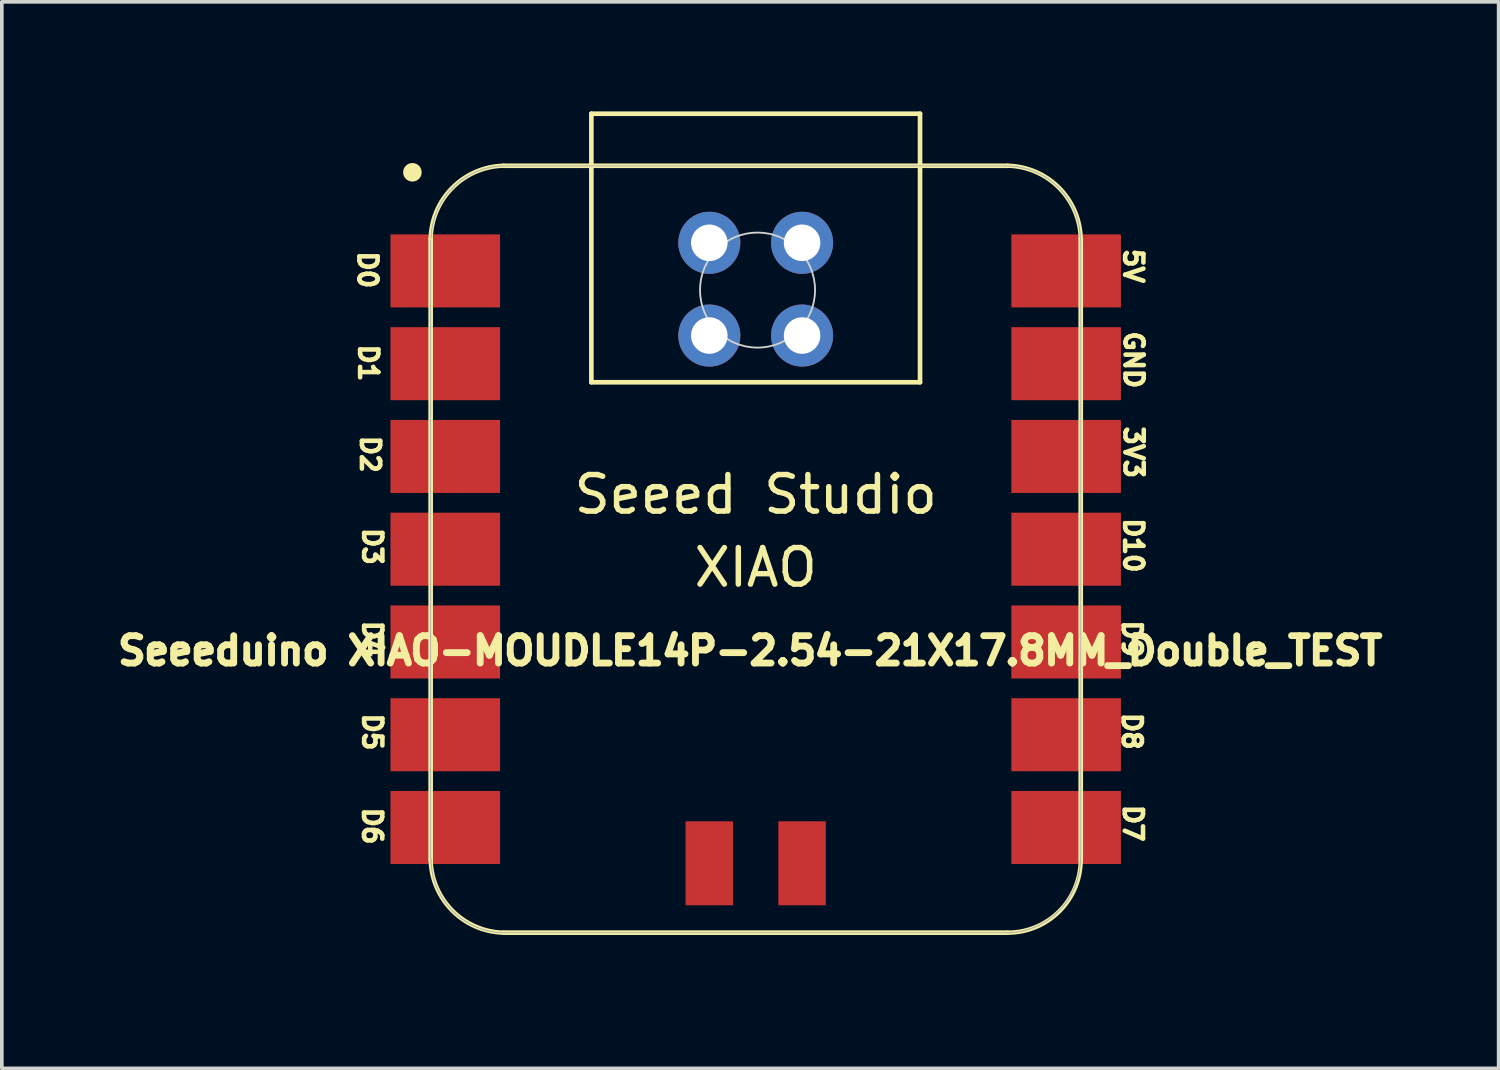
<source format=kicad_pcb>
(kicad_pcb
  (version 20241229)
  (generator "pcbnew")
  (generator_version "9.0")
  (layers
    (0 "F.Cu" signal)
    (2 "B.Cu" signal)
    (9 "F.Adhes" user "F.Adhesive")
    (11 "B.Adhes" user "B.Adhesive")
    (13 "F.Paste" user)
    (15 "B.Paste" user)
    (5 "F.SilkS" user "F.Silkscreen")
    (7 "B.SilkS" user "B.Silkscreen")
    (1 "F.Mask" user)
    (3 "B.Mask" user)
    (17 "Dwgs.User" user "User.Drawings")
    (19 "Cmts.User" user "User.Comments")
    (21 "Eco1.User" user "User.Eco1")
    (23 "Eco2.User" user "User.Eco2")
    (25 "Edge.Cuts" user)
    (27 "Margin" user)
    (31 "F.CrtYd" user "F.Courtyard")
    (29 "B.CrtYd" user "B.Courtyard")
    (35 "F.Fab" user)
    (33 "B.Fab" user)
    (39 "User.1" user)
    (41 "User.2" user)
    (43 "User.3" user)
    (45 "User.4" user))
  (footprint "Seeeduino XIAO-MOUDLE14P-2.54-21X17.8MM_Double_TEST"
    (layer "F.Cu")
    (at 7.456 22.952)
    (property "Reference" "Seeeduino XIAO-MOUDLE14P-2.54-21X17.8MM_Double_TEST" (at 10.036 -8.184 0) (layer "F.SilkS") (effects (font (size 0.75 0.75) (thickness 0.188))))
    (attr smd)
    (fp_line (start 1.286 -19.464) (end 1.286 -2.464) (stroke (width 0.127) (type solid)) (layer "F.SilkS"))
    (fp_line (start 3.286 -0.464) (end 17.086 -0.464) (stroke (width 0.127) (type solid)) (layer "F.SilkS"))
    (fp_line (start 5.686 -22.888) (end 14.686 -22.888) (stroke (width 0.127) (type solid)) (layer "F.SilkS"))
    (fp_line (start 5.686 -15.535) (end 5.686 -22.888) (stroke (width 0.127) (type solid)) (layer "F.SilkS"))
    (fp_line (start 14.686 -22.888) (end 14.686 -15.535) (stroke (width 0.127) (type solid)) (layer "F.SilkS"))
    (fp_line (start 14.686 -15.535) (end 5.686 -15.535) (stroke (width 0.127) (type solid)) (layer "F.SilkS"))
    (fp_line (start 17.086 -21.463) (end 3.286 -21.463) (stroke (width 0.127) (type solid)) (layer "F.SilkS"))
    (fp_line (start 19.086 -2.464) (end 19.086 -19.464) (stroke (width 0.127) (type solid)) (layer "F.SilkS"))
    (fp_arc (start 1.285786 -19.464214) (mid 1.884295 -20.865705) (end 3.285786 -21.464214) (stroke (width 0.12) (type solid)) (layer "F.SilkS"))
    (fp_arc (start 3.285786 -0.464214) (mid 1.884363 -1.062791) (end 1.285786 -2.464214) (stroke (width 0.12) (type solid)) (layer "F.SilkS"))
    (fp_arc (start 17.085786 -21.464214) (mid 18.487278 -20.865706) (end 19.085786 -19.464214) (stroke (width 0.12) (type solid)) (layer "F.SilkS"))
    (fp_arc (start 19.085786 -2.464214) (mid 18.5 -1.05) (end 17.085786 -0.464214) (stroke (width 0.12) (type solid)) (layer "F.SilkS"))
    (fp_circle (center 0.786 -21.284) (end 0.786 -21.538) (stroke (width 0) (type solid)) (fill yes) (layer "F.SilkS"))
    (fp_poly (pts (xy 1.298 -19.526) (xy 1.301 -19.575) (xy 1.305 -19.624)) (stroke (width 0.025) (type solid)) (fill no) (layer "F.SilkS"))
    (fp_poly (pts (xy 19.075 -2.443) (xy 19.073 -2.393) (xy 19.07 -2.345) (xy 19.066 -2.296) (xy 19.061 -2.247) (xy 19.054 -2.198) (xy 19.047 -2.15) (xy 19.038 -2.101) (xy 19.028 -2.053)) (stroke (width 0.025) (type solid)) (fill no) (layer "F.SilkS"))
    (fp_circle (center 10.236 -18.059) (end 11.811 -18.047) (stroke (width 0.05) (type default)) (fill no) (layer "Edge.Cuts"))
    (fp_line (start 1.286 -19.428) (end 1.286 -2.492) (stroke (width 0.025) (type solid)) (layer "F.Fab"))
    (fp_line (start 1.296 -2.492) (end 1.296 -2.443) (stroke (width 0.025) (type solid)) (layer "F.Fab"))
    (fp_line (start 1.296 -2.443) (end 1.298 -2.393) (stroke (width 0.025) (type solid)) (layer "F.Fab"))
    (fp_line (start 1.298 -19.526) (end 1.296 -19.477) (stroke (width 0.025) (type solid)) (layer "F.Fab"))
    (fp_line (start 1.298 -2.393) (end 1.301 -2.345) (stroke (width 0.025) (type solid)) (layer "F.Fab"))
    (fp_line (start 1.301 -19.575) (end 1.298 -19.526) (stroke (width 0.025) (type solid)) (layer "F.Fab"))
    (fp_line (start 1.301 -2.345) (end 1.305 -2.296) (stroke (width 0.025) (type solid)) (layer "F.Fab"))
    (fp_line (start 1.305 -19.624) (end 1.301 -19.575) (stroke (width 0.025) (type solid)) (layer "F.Fab"))
    (fp_line (start 1.305 -2.296) (end 1.311 -2.247) (stroke (width 0.025) (type solid)) (layer "F.Fab"))
    (fp_line (start 1.311 -19.672) (end 1.305 -19.624) (stroke (width 0.025) (type solid)) (layer "F.Fab"))
    (fp_line (start 1.311 -2.247) (end 1.317 -2.198) (stroke (width 0.025) (type solid)) (layer "F.Fab"))
    (fp_line (start 1.317 -19.721) (end 1.311 -19.672) (stroke (width 0.025) (type solid)) (layer "F.Fab"))
    (fp_line (start 1.317 -2.198) (end 1.325 -2.15) (stroke (width 0.025) (type solid)) (layer "F.Fab"))
    (fp_line (start 1.325 -19.77) (end 1.317 -19.721) (stroke (width 0.025) (type solid)) (layer "F.Fab"))
    (fp_line (start 1.325 -2.15) (end 1.334 -2.101) (stroke (width 0.025) (type solid)) (layer "F.Fab"))
    (fp_line (start 1.334 -19.818) (end 1.325 -19.77) (stroke (width 0.025) (type solid)) (layer "F.Fab"))
    (fp_line (start 1.334 -2.101) (end 1.344 -2.053) (stroke (width 0.025) (type solid)) (layer "F.Fab"))
    (fp_line (start 1.344 -19.866) (end 1.334 -19.818) (stroke (width 0.025) (type solid)) (layer "F.Fab"))
    (fp_line (start 1.344 -2.053) (end 1.355 -2.005) (stroke (width 0.025) (type solid)) (layer "F.Fab"))
    (fp_line (start 1.355 -19.914) (end 1.344 -19.866) (stroke (width 0.025) (type solid)) (layer "F.Fab"))
    (fp_line (start 1.355 -2.005) (end 1.367 -1.958) (stroke (width 0.025) (type solid)) (layer "F.Fab"))
    (fp_line (start 1.367 -19.962) (end 1.355 -19.914) (stroke (width 0.025) (type solid)) (layer "F.Fab"))
    (fp_line (start 1.367 -1.958) (end 1.381 -1.911) (stroke (width 0.025) (type solid)) (layer "F.Fab"))
    (fp_line (start 1.381 -20.009) (end 1.367 -19.962) (stroke (width 0.025) (type solid)) (layer "F.Fab"))
    (fp_line (start 1.381 -1.911) (end 1.395 -1.864) (stroke (width 0.025) (type solid)) (layer "F.Fab"))
    (fp_line (start 1.395 -20.056) (end 1.381 -20.009) (stroke (width 0.025) (type solid)) (layer "F.Fab"))
    (fp_line (start 1.395 -1.864) (end 1.411 -1.817) (stroke (width 0.025) (type solid)) (layer "F.Fab"))
    (fp_line (start 1.411 -20.102) (end 1.395 -20.056) (stroke (width 0.025) (type solid)) (layer "F.Fab"))
    (fp_line (start 1.411 -1.817) (end 1.428 -1.771) (stroke (width 0.025) (type solid)) (layer "F.Fab"))
    (fp_line (start 1.428 -20.148) (end 1.411 -20.102) (stroke (width 0.025) (type solid)) (layer "F.Fab"))
    (fp_line (start 1.428 -1.771) (end 1.446 -1.725) (stroke (width 0.025) (type solid)) (layer "F.Fab"))
    (fp_line (start 1.446 -20.194) (end 1.428 -20.148) (stroke (width 0.025) (type solid)) (layer "F.Fab"))
    (fp_line (start 1.446 -1.725) (end 1.465 -1.68) (stroke (width 0.025) (type solid)) (layer "F.Fab"))
    (fp_line (start 1.465 -20.239) (end 1.446 -20.194) (stroke (width 0.025) (type solid)) (layer "F.Fab"))
    (fp_line (start 1.465 -1.68) (end 1.485 -1.635) (stroke (width 0.025) (type solid)) (layer "F.Fab"))
    (fp_line (start 1.485 -20.284) (end 1.465 -20.239) (stroke (width 0.025) (type solid)) (layer "F.Fab"))
    (fp_line (start 1.485 -1.635) (end 1.506 -1.591) (stroke (width 0.025) (type solid)) (layer "F.Fab"))
    (fp_line (start 1.506 -20.328) (end 1.485 -20.284) (stroke (width 0.025) (type solid)) (layer "F.Fab"))
    (fp_line (start 1.506 -1.591) (end 1.528 -1.547) (stroke (width 0.025) (type solid)) (layer "F.Fab"))
    (fp_line (start 1.528 -20.372) (end 1.506 -20.328) (stroke (width 0.025) (type solid)) (layer "F.Fab"))
    (fp_line (start 1.528 -1.547) (end 1.552 -1.504) (stroke (width 0.025) (type solid)) (layer "F.Fab"))
    (fp_line (start 1.552 -20.415) (end 1.528 -20.372) (stroke (width 0.025) (type solid)) (layer "F.Fab"))
    (fp_line (start 1.552 -1.504) (end 1.576 -1.461) (stroke (width 0.025) (type solid)) (layer "F.Fab"))
    (fp_line (start 1.576 -20.458) (end 1.552 -20.415) (stroke (width 0.025) (type solid)) (layer "F.Fab"))
    (fp_line (start 1.576 -1.461) (end 1.602 -1.42) (stroke (width 0.025) (type solid)) (layer "F.Fab"))
    (fp_line (start 1.602 -20.5) (end 1.576 -20.458) (stroke (width 0.025) (type solid)) (layer "F.Fab"))
    (fp_line (start 1.602 -1.42) (end 1.628 -1.378) (stroke (width 0.025) (type solid)) (layer "F.Fab"))
    (fp_line (start 1.628 -20.541) (end 1.602 -20.5) (stroke (width 0.025) (type solid)) (layer "F.Fab"))
    (fp_line (start 1.628 -1.378) (end 1.655 -1.337) (stroke (width 0.025) (type solid)) (layer "F.Fab"))
    (fp_line (start 1.655 -20.582) (end 1.628 -20.541) (stroke (width 0.025) (type solid)) (layer "F.Fab"))
    (fp_line (start 1.655 -1.337) (end 1.684 -1.297) (stroke (width 0.025) (type solid)) (layer "F.Fab"))
    (fp_line (start 1.684 -20.622) (end 1.655 -20.582) (stroke (width 0.025) (type solid)) (layer "F.Fab"))
    (fp_line (start 1.684 -1.297) (end 1.713 -1.258) (stroke (width 0.025) (type solid)) (layer "F.Fab"))
    (fp_line (start 1.713 -20.661) (end 1.684 -20.622) (stroke (width 0.025) (type solid)) (layer "F.Fab"))
    (fp_line (start 1.713 -1.258) (end 1.744 -1.219) (stroke (width 0.025) (type solid)) (layer "F.Fab"))
    (fp_line (start 1.744 -20.7) (end 1.713 -20.661) (stroke (width 0.025) (type solid)) (layer "F.Fab"))
    (fp_line (start 1.744 -1.219) (end 1.775 -1.181) (stroke (width 0.025) (type solid)) (layer "F.Fab"))
    (fp_line (start 1.775 -20.738) (end 1.744 -20.7) (stroke (width 0.025) (type solid)) (layer "F.Fab"))
    (fp_line (start 1.775 -1.181) (end 1.807 -1.144) (stroke (width 0.025) (type solid)) (layer "F.Fab"))
    (fp_line (start 1.807 -20.775) (end 1.775 -20.738) (stroke (width 0.025) (type solid)) (layer "F.Fab"))
    (fp_line (start 1.807 -1.144) (end 1.84 -1.108) (stroke (width 0.025) (type solid)) (layer "F.Fab"))
    (fp_line (start 1.84 -20.811) (end 1.807 -20.775) (stroke (width 0.025) (type solid)) (layer "F.Fab"))
    (fp_line (start 1.84 -1.108) (end 1.874 -1.072) (stroke (width 0.025) (type solid)) (layer "F.Fab"))
    (fp_line (start 1.874 -20.847) (end 1.84 -20.811) (stroke (width 0.025) (type solid)) (layer "F.Fab"))
    (fp_line (start 1.874 -1.072) (end 1.908 -1.038) (stroke (width 0.025) (type solid)) (layer "F.Fab"))
    (fp_line (start 1.908 -20.882) (end 1.874 -20.847) (stroke (width 0.025) (type solid)) (layer "F.Fab"))
    (fp_line (start 1.908 -1.038) (end 1.944 -1.004) (stroke (width 0.025) (type solid)) (layer "F.Fab"))
    (fp_line (start 1.944 -20.916) (end 1.908 -20.882) (stroke (width 0.025) (type solid)) (layer "F.Fab"))
    (fp_line (start 1.944 -1.004) (end 1.98 -0.971) (stroke (width 0.025) (type solid)) (layer "F.Fab"))
    (fp_line (start 1.98 -20.949) (end 1.944 -20.916) (stroke (width 0.025) (type solid)) (layer "F.Fab"))
    (fp_line (start 1.98 -0.971) (end 2.017 -0.938) (stroke (width 0.025) (type solid)) (layer "F.Fab"))
    (fp_line (start 2.017 -20.981) (end 1.98 -20.949) (stroke (width 0.025) (type solid)) (layer "F.Fab"))
    (fp_line (start 2.017 -0.938) (end 2.055 -0.907) (stroke (width 0.025) (type solid)) (layer "F.Fab"))
    (fp_line (start 2.055 -21.012) (end 2.017 -20.981) (stroke (width 0.025) (type solid)) (layer "F.Fab"))
    (fp_line (start 2.055 -0.907) (end 2.094 -0.877) (stroke (width 0.025) (type solid)) (layer "F.Fab"))
    (fp_line (start 2.094 -21.042) (end 2.055 -21.012) (stroke (width 0.025) (type solid)) (layer "F.Fab"))
    (fp_line (start 2.094 -0.877) (end 2.133 -0.848) (stroke (width 0.025) (type solid)) (layer "F.Fab"))
    (fp_line (start 2.133 -21.072) (end 2.094 -21.042) (stroke (width 0.025) (type solid)) (layer "F.Fab"))
    (fp_line (start 2.133 -0.848) (end 2.173 -0.819) (stroke (width 0.025) (type solid)) (layer "F.Fab"))
    (fp_line (start 2.173 -21.1) (end 2.133 -21.072) (stroke (width 0.025) (type solid)) (layer "F.Fab"))
    (fp_line (start 2.173 -0.819) (end 2.214 -0.792) (stroke (width 0.025) (type solid)) (layer "F.Fab"))
    (fp_line (start 2.214 -21.127) (end 2.173 -21.1) (stroke (width 0.025) (type solid)) (layer "F.Fab"))
    (fp_line (start 2.214 -0.792) (end 2.256 -0.765) (stroke (width 0.025) (type solid)) (layer "F.Fab"))
    (fp_line (start 2.256 -21.154) (end 2.214 -21.127) (stroke (width 0.025) (type solid)) (layer "F.Fab"))
    (fp_line (start 2.256 -0.765) (end 2.298 -0.74) (stroke (width 0.025) (type solid)) (layer "F.Fab"))
    (fp_line (start 2.298 -21.179) (end 2.256 -21.154) (stroke (width 0.025) (type solid)) (layer "F.Fab"))
    (fp_line (start 2.298 -0.74) (end 2.34 -0.716) (stroke (width 0.025) (type solid)) (layer "F.Fab"))
    (fp_line (start 2.34 -21.204) (end 2.298 -21.179) (stroke (width 0.025) (type solid)) (layer "F.Fab"))
    (fp_line (start 2.34 -0.716) (end 2.383 -0.692) (stroke (width 0.025) (type solid)) (layer "F.Fab"))
    (fp_line (start 2.383 -21.227) (end 2.34 -21.204) (stroke (width 0.025) (type solid)) (layer "F.Fab"))
    (fp_line (start 2.383 -0.692) (end 2.427 -0.67) (stroke (width 0.025) (type solid)) (layer "F.Fab"))
    (fp_line (start 2.427 -21.249) (end 2.383 -21.227) (stroke (width 0.025) (type solid)) (layer "F.Fab"))
    (fp_line (start 2.427 -0.67) (end 2.472 -0.649) (stroke (width 0.025) (type solid)) (layer "F.Fab"))
    (fp_line (start 2.472 -21.27) (end 2.427 -21.249) (stroke (width 0.025) (type solid)) (layer "F.Fab"))
    (fp_line (start 2.472 -0.649) (end 2.516 -0.629) (stroke (width 0.025) (type solid)) (layer "F.Fab"))
    (fp_line (start 2.516 -21.29) (end 2.472 -21.27) (stroke (width 0.025) (type solid)) (layer "F.Fab"))
    (fp_line (start 2.516 -0.629) (end 2.561 -0.61) (stroke (width 0.025) (type solid)) (layer "F.Fab"))
    (fp_line (start 2.561 -21.31) (end 2.516 -21.29) (stroke (width 0.025) (type solid)) (layer "F.Fab"))
    (fp_line (start 2.561 -0.61) (end 2.607 -0.592) (stroke (width 0.025) (type solid)) (layer "F.Fab"))
    (fp_line (start 2.607 -21.328) (end 2.561 -21.31) (stroke (width 0.025) (type solid)) (layer "F.Fab"))
    (fp_line (start 2.607 -0.592) (end 2.653 -0.575) (stroke (width 0.025) (type solid)) (layer "F.Fab"))
    (fp_line (start 2.653 -21.344) (end 2.607 -21.328) (stroke (width 0.025) (type solid)) (layer "F.Fab"))
    (fp_line (start 2.653 -0.575) (end 2.7 -0.559) (stroke (width 0.025) (type solid)) (layer "F.Fab"))
    (fp_line (start 2.7 -21.36) (end 2.653 -21.344) (stroke (width 0.025) (type solid)) (layer "F.Fab"))
    (fp_line (start 2.7 -0.559) (end 2.747 -0.544) (stroke (width 0.025) (type solid)) (layer "F.Fab"))
    (fp_line (start 2.747 -21.375) (end 2.7 -21.36) (stroke (width 0.025) (type solid)) (layer "F.Fab"))
    (fp_line (start 2.747 -0.544) (end 2.794 -0.531) (stroke (width 0.025) (type solid)) (layer "F.Fab"))
    (fp_line (start 2.794 -21.388) (end 2.747 -21.375) (stroke (width 0.025) (type solid)) (layer "F.Fab"))
    (fp_line (start 2.794 -0.531) (end 2.841 -0.519) (stroke (width 0.025) (type solid)) (layer "F.Fab"))
    (fp_line (start 2.841 -21.401) (end 2.794 -21.388) (stroke (width 0.025) (type solid)) (layer "F.Fab"))
    (fp_line (start 2.841 -0.519) (end 2.889 -0.507) (stroke (width 0.025) (type solid)) (layer "F.Fab"))
    (fp_line (start 2.889 -21.412) (end 2.841 -21.401) (stroke (width 0.025) (type solid)) (layer "F.Fab"))
    (fp_line (start 2.889 -0.507) (end 2.937 -0.498) (stroke (width 0.025) (type solid)) (layer "F.Fab"))
    (fp_line (start 2.937 -21.422) (end 2.889 -21.412) (stroke (width 0.025) (type solid)) (layer "F.Fab"))
    (fp_line (start 2.937 -0.498) (end 2.986 -0.489) (stroke (width 0.025) (type solid)) (layer "F.Fab"))
    (fp_line (start 2.986 -21.431) (end 2.937 -21.422) (stroke (width 0.025) (type solid)) (layer "F.Fab"))
    (fp_line (start 2.986 -0.489) (end 3.034 -0.481) (stroke (width 0.025) (type solid)) (layer "F.Fab"))
    (fp_line (start 3.034 -21.438) (end 2.986 -21.431) (stroke (width 0.025) (type solid)) (layer "F.Fab"))
    (fp_line (start 3.034 -0.481) (end 3.083 -0.474) (stroke (width 0.025) (type solid)) (layer "F.Fab"))
    (fp_line (start 3.083 -21.445) (end 3.034 -21.438) (stroke (width 0.025) (type solid)) (layer "F.Fab"))
    (fp_line (start 3.083 -0.474) (end 3.132 -0.469) (stroke (width 0.025) (type solid)) (layer "F.Fab"))
    (fp_line (start 3.132 -21.45) (end 3.083 -21.445) (stroke (width 0.025) (type solid)) (layer "F.Fab"))
    (fp_line (start 3.132 -0.469) (end 3.181 -0.465) (stroke (width 0.025) (type solid)) (layer "F.Fab"))
    (fp_line (start 3.181 -21.454) (end 3.132 -21.45) (stroke (width 0.025) (type solid)) (layer "F.Fab"))
    (fp_line (start 3.181 -0.465) (end 3.229 -0.462) (stroke (width 0.025) (type solid)) (layer "F.Fab"))
    (fp_line (start 3.229 -21.457) (end 3.181 -21.454) (stroke (width 0.025) (type solid)) (layer "F.Fab"))
    (fp_line (start 3.229 -0.462) (end 3.279 -0.46) (stroke (width 0.025) (type solid)) (layer "F.Fab"))
    (fp_line (start 3.279 -21.459) (end 3.229 -21.457) (stroke (width 0.025) (type solid)) (layer "F.Fab"))
    (fp_line (start 3.279 -0.46) (end 3.328 -0.46) (stroke (width 0.025) (type solid)) (layer "F.Fab"))
    (fp_line (start 3.328 -21.46) (end 3.279 -21.459) (stroke (width 0.025) (type solid)) (layer "F.Fab"))
    (fp_line (start 3.328 -0.46) (end 17.044 -0.46) (stroke (width 0.025) (type solid)) (layer "F.Fab"))
    (fp_line (start 17.044 -21.46) (end 3.328 -21.46) (stroke (width 0.025) (type solid)) (layer "F.Fab"))
    (fp_line (start 17.044 -0.46) (end 17.093 -0.46) (stroke (width 0.025) (type solid)) (layer "F.Fab"))
    (fp_line (start 17.093 -21.459) (end 17.044 -21.46) (stroke (width 0.025) (type solid)) (layer "F.Fab"))
    (fp_line (start 17.093 -0.46) (end 17.142 -0.462) (stroke (width 0.025) (type solid)) (layer "F.Fab"))
    (fp_line (start 17.142 -21.457) (end 17.093 -21.459) (stroke (width 0.025) (type solid)) (layer "F.Fab"))
    (fp_line (start 17.142 -0.462) (end 17.191 -0.465) (stroke (width 0.025) (type solid)) (layer "F.Fab"))
    (fp_line (start 17.191 -21.454) (end 17.142 -21.457) (stroke (width 0.025) (type solid)) (layer "F.Fab"))
    (fp_line (start 17.191 -0.465) (end 17.24 -0.469) (stroke (width 0.025) (type solid)) (layer "F.Fab"))
    (fp_line (start 17.24 -21.45) (end 17.191 -21.454) (stroke (width 0.025) (type solid)) (layer "F.Fab"))
    (fp_line (start 17.24 -0.469) (end 17.289 -0.474) (stroke (width 0.025) (type solid)) (layer "F.Fab"))
    (fp_line (start 17.289 -21.445) (end 17.24 -21.45) (stroke (width 0.025) (type solid)) (layer "F.Fab"))
    (fp_line (start 17.289 -0.474) (end 17.337 -0.481) (stroke (width 0.025) (type solid)) (layer "F.Fab"))
    (fp_line (start 17.337 -21.438) (end 17.289 -21.445) (stroke (width 0.025) (type solid)) (layer "F.Fab"))
    (fp_line (start 17.337 -0.481) (end 17.386 -0.489) (stroke (width 0.025) (type solid)) (layer "F.Fab"))
    (fp_line (start 17.386 -21.431) (end 17.337 -21.438) (stroke (width 0.025) (type solid)) (layer "F.Fab"))
    (fp_line (start 17.386 -0.489) (end 17.434 -0.498) (stroke (width 0.025) (type solid)) (layer "F.Fab"))
    (fp_line (start 17.434 -21.422) (end 17.386 -21.431) (stroke (width 0.025) (type solid)) (layer "F.Fab"))
    (fp_line (start 17.434 -0.498) (end 17.482 -0.507) (stroke (width 0.025) (type solid)) (layer "F.Fab"))
    (fp_line (start 17.482 -21.412) (end 17.434 -21.422) (stroke (width 0.025) (type solid)) (layer "F.Fab"))
    (fp_line (start 17.482 -0.507) (end 17.53 -0.519) (stroke (width 0.025) (type solid)) (layer "F.Fab"))
    (fp_line (start 17.53 -21.401) (end 17.482 -21.412) (stroke (width 0.025) (type solid)) (layer "F.Fab"))
    (fp_line (start 17.53 -0.519) (end 17.578 -0.531) (stroke (width 0.025) (type solid)) (layer "F.Fab"))
    (fp_line (start 17.578 -21.388) (end 17.53 -21.401) (stroke (width 0.025) (type solid)) (layer "F.Fab"))
    (fp_line (start 17.578 -0.531) (end 17.625 -0.544) (stroke (width 0.025) (type solid)) (layer "F.Fab"))
    (fp_line (start 17.625 -21.375) (end 17.578 -21.388) (stroke (width 0.025) (type solid)) (layer "F.Fab"))
    (fp_line (start 17.625 -0.544) (end 17.672 -0.559) (stroke (width 0.025) (type solid)) (layer "F.Fab"))
    (fp_line (start 17.672 -21.36) (end 17.625 -21.375) (stroke (width 0.025) (type solid)) (layer "F.Fab"))
    (fp_line (start 17.672 -0.559) (end 17.718 -0.575) (stroke (width 0.025) (type solid)) (layer "F.Fab"))
    (fp_line (start 17.718 -21.344) (end 17.672 -21.36) (stroke (width 0.025) (type solid)) (layer "F.Fab"))
    (fp_line (start 17.718 -0.575) (end 17.764 -0.592) (stroke (width 0.025) (type solid)) (layer "F.Fab"))
    (fp_line (start 17.764 -21.328) (end 17.718 -21.344) (stroke (width 0.025) (type solid)) (layer "F.Fab"))
    (fp_line (start 17.764 -0.592) (end 17.81 -0.61) (stroke (width 0.025) (type solid)) (layer "F.Fab"))
    (fp_line (start 17.81 -21.31) (end 17.764 -21.328) (stroke (width 0.025) (type solid)) (layer "F.Fab"))
    (fp_line (start 17.81 -0.61) (end 17.855 -0.629) (stroke (width 0.025) (type solid)) (layer "F.Fab"))
    (fp_line (start 17.855 -21.29) (end 17.81 -21.31) (stroke (width 0.025) (type solid)) (layer "F.Fab"))
    (fp_line (start 17.855 -0.629) (end 17.9 -0.649) (stroke (width 0.025) (type solid)) (layer "F.Fab"))
    (fp_line (start 17.9 -21.27) (end 17.855 -21.29) (stroke (width 0.025) (type solid)) (layer "F.Fab"))
    (fp_line (start 17.9 -0.649) (end 17.944 -0.67) (stroke (width 0.025) (type solid)) (layer "F.Fab"))
    (fp_line (start 17.944 -21.249) (end 17.9 -21.27) (stroke (width 0.025) (type solid)) (layer "F.Fab"))
    (fp_line (start 17.944 -0.67) (end 17.988 -0.692) (stroke (width 0.025) (type solid)) (layer "F.Fab"))
    (fp_line (start 17.988 -21.227) (end 17.944 -21.249) (stroke (width 0.025) (type solid)) (layer "F.Fab"))
    (fp_line (start 17.988 -0.692) (end 18.031 -0.716) (stroke (width 0.025) (type solid)) (layer "F.Fab"))
    (fp_line (start 18.031 -21.204) (end 17.988 -21.227) (stroke (width 0.025) (type solid)) (layer "F.Fab"))
    (fp_line (start 18.031 -0.716) (end 18.074 -0.74) (stroke (width 0.025) (type solid)) (layer "F.Fab"))
    (fp_line (start 18.074 -21.179) (end 18.031 -21.204) (stroke (width 0.025) (type solid)) (layer "F.Fab"))
    (fp_line (start 18.074 -0.74) (end 18.116 -0.765) (stroke (width 0.025) (type solid)) (layer "F.Fab"))
    (fp_line (start 18.116 -21.154) (end 18.074 -21.179) (stroke (width 0.025) (type solid)) (layer "F.Fab"))
    (fp_line (start 18.116 -0.765) (end 18.157 -0.792) (stroke (width 0.025) (type solid)) (layer "F.Fab"))
    (fp_line (start 18.157 -21.127) (end 18.116 -21.154) (stroke (width 0.025) (type solid)) (layer "F.Fab"))
    (fp_line (start 18.157 -0.792) (end 18.198 -0.819) (stroke (width 0.025) (type solid)) (layer "F.Fab"))
    (fp_line (start 18.198 -21.1) (end 18.157 -21.127) (stroke (width 0.025) (type solid)) (layer "F.Fab"))
    (fp_line (start 18.198 -0.819) (end 18.238 -0.848) (stroke (width 0.025) (type solid)) (layer "F.Fab"))
    (fp_line (start 18.238 -21.072) (end 18.198 -21.1) (stroke (width 0.025) (type solid)) (layer "F.Fab"))
    (fp_line (start 18.238 -0.848) (end 18.277 -0.877) (stroke (width 0.025) (type solid)) (layer "F.Fab"))
    (fp_line (start 18.277 -21.042) (end 18.238 -21.072) (stroke (width 0.025) (type solid)) (layer "F.Fab"))
    (fp_line (start 18.277 -0.877) (end 18.316 -0.907) (stroke (width 0.025) (type solid)) (layer "F.Fab"))
    (fp_line (start 18.316 -21.012) (end 18.277 -21.042) (stroke (width 0.025) (type solid)) (layer "F.Fab"))
    (fp_line (start 18.316 -0.907) (end 18.354 -0.938) (stroke (width 0.025) (type solid)) (layer "F.Fab"))
    (fp_line (start 18.354 -20.981) (end 18.316 -21.012) (stroke (width 0.025) (type solid)) (layer "F.Fab"))
    (fp_line (start 18.354 -0.938) (end 18.391 -0.971) (stroke (width 0.025) (type solid)) (layer "F.Fab"))
    (fp_line (start 18.391 -20.949) (end 18.354 -20.981) (stroke (width 0.025) (type solid)) (layer "F.Fab"))
    (fp_line (start 18.391 -0.971) (end 18.428 -1.004) (stroke (width 0.025) (type solid)) (layer "F.Fab"))
    (fp_line (start 18.428 -20.916) (end 18.391 -20.949) (stroke (width 0.025) (type solid)) (layer "F.Fab"))
    (fp_line (start 18.428 -1.004) (end 18.463 -1.038) (stroke (width 0.025) (type solid)) (layer "F.Fab"))
    (fp_line (start 18.463 -20.882) (end 18.428 -20.916) (stroke (width 0.025) (type solid)) (layer "F.Fab"))
    (fp_line (start 18.463 -1.038) (end 18.498 -1.072) (stroke (width 0.025) (type solid)) (layer "F.Fab"))
    (fp_line (start 18.498 -20.847) (end 18.463 -20.882) (stroke (width 0.025) (type solid)) (layer "F.Fab"))
    (fp_line (start 18.498 -1.072) (end 18.532 -1.108) (stroke (width 0.025) (type solid)) (layer "F.Fab"))
    (fp_line (start 18.532 -20.811) (end 18.498 -20.847) (stroke (width 0.025) (type solid)) (layer "F.Fab"))
    (fp_line (start 18.532 -1.108) (end 18.565 -1.144) (stroke (width 0.025) (type solid)) (layer "F.Fab"))
    (fp_line (start 18.565 -20.775) (end 18.532 -20.811) (stroke (width 0.025) (type solid)) (layer "F.Fab"))
    (fp_line (start 18.565 -1.144) (end 18.597 -1.181) (stroke (width 0.025) (type solid)) (layer "F.Fab"))
    (fp_line (start 18.597 -20.738) (end 18.565 -20.775) (stroke (width 0.025) (type solid)) (layer "F.Fab"))
    (fp_line (start 18.597 -1.181) (end 18.628 -1.219) (stroke (width 0.025) (type solid)) (layer "F.Fab"))
    (fp_line (start 18.628 -20.7) (end 18.597 -20.738) (stroke (width 0.025) (type solid)) (layer "F.Fab"))
    (fp_line (start 18.628 -1.219) (end 18.658 -1.258) (stroke (width 0.025) (type solid)) (layer "F.Fab"))
    (fp_line (start 18.658 -20.661) (end 18.628 -20.7) (stroke (width 0.025) (type solid)) (layer "F.Fab"))
    (fp_line (start 18.658 -1.258) (end 18.688 -1.297) (stroke (width 0.025) (type solid)) (layer "F.Fab"))
    (fp_line (start 18.688 -20.622) (end 18.658 -20.661) (stroke (width 0.025) (type solid)) (layer "F.Fab"))
    (fp_line (start 18.688 -1.297) (end 18.716 -1.337) (stroke (width 0.025) (type solid)) (layer "F.Fab"))
    (fp_line (start 18.716 -20.582) (end 18.688 -20.622) (stroke (width 0.025) (type solid)) (layer "F.Fab"))
    (fp_line (start 18.716 -1.337) (end 18.744 -1.378) (stroke (width 0.025) (type solid)) (layer "F.Fab"))
    (fp_line (start 18.744 -20.541) (end 18.716 -20.582) (stroke (width 0.025) (type solid)) (layer "F.Fab"))
    (fp_line (start 18.744 -1.378) (end 18.77 -1.42) (stroke (width 0.025) (type solid)) (layer "F.Fab"))
    (fp_line (start 18.77 -20.5) (end 18.744 -20.541) (stroke (width 0.025) (type solid)) (layer "F.Fab"))
    (fp_line (start 18.77 -1.42) (end 18.795 -1.461) (stroke (width 0.025) (type solid)) (layer "F.Fab"))
    (fp_line (start 18.795 -20.458) (end 18.77 -20.5) (stroke (width 0.025) (type solid)) (layer "F.Fab"))
    (fp_line (start 18.795 -1.461) (end 18.82 -1.504) (stroke (width 0.025) (type solid)) (layer "F.Fab"))
    (fp_line (start 18.82 -20.415) (end 18.795 -20.458) (stroke (width 0.025) (type solid)) (layer "F.Fab"))
    (fp_line (start 18.82 -1.504) (end 18.843 -1.547) (stroke (width 0.025) (type solid)) (layer "F.Fab"))
    (fp_line (start 18.843 -20.372) (end 18.82 -20.415) (stroke (width 0.025) (type solid)) (layer "F.Fab"))
    (fp_line (start 18.843 -1.547) (end 18.865 -1.591) (stroke (width 0.025) (type solid)) (layer "F.Fab"))
    (fp_line (start 18.865 -20.328) (end 18.843 -20.372) (stroke (width 0.025) (type solid)) (layer "F.Fab"))
    (fp_line (start 18.865 -1.591) (end 18.887 -1.635) (stroke (width 0.025) (type solid)) (layer "F.Fab"))
    (fp_line (start 18.887 -20.284) (end 18.865 -20.328) (stroke (width 0.025) (type solid)) (layer "F.Fab"))
    (fp_line (start 18.887 -1.635) (end 18.907 -1.68) (stroke (width 0.025) (type solid)) (layer "F.Fab"))
    (fp_line (start 18.907 -20.239) (end 18.887 -20.284) (stroke (width 0.025) (type solid)) (layer "F.Fab"))
    (fp_line (start 18.907 -1.68) (end 18.926 -1.725) (stroke (width 0.025) (type solid)) (layer "F.Fab"))
    (fp_line (start 18.926 -20.194) (end 18.907 -20.239) (stroke (width 0.025) (type solid)) (layer "F.Fab"))
    (fp_line (start 18.926 -1.725) (end 18.944 -1.771) (stroke (width 0.025) (type solid)) (layer "F.Fab"))
    (fp_line (start 18.944 -20.148) (end 18.926 -20.194) (stroke (width 0.025) (type solid)) (layer "F.Fab"))
    (fp_line (start 18.944 -1.771) (end 18.96 -1.817) (stroke (width 0.025) (type solid)) (layer "F.Fab"))
    (fp_line (start 18.96 -20.102) (end 18.944 -20.148) (stroke (width 0.025) (type solid)) (layer "F.Fab"))
    (fp_line (start 18.96 -1.817) (end 18.976 -1.864) (stroke (width 0.025) (type solid)) (layer "F.Fab"))
    (fp_line (start 18.976 -20.056) (end 18.96 -20.102) (stroke (width 0.025) (type solid)) (layer "F.Fab"))
    (fp_line (start 18.976 -1.864) (end 18.991 -1.911) (stroke (width 0.025) (type solid)) (layer "F.Fab"))
    (fp_line (start 18.991 -20.009) (end 18.976 -20.056) (stroke (width 0.025) (type solid)) (layer "F.Fab"))
    (fp_line (start 18.991 -1.911) (end 19.004 -1.958) (stroke (width 0.025) (type solid)) (layer "F.Fab"))
    (fp_line (start 19.004 -19.962) (end 18.991 -20.009) (stroke (width 0.025) (type solid)) (layer "F.Fab"))
    (fp_line (start 19.004 -1.958) (end 19.017 -2.005) (stroke (width 0.025) (type solid)) (layer "F.Fab"))
    (fp_line (start 19.017 -19.914) (end 19.004 -19.962) (stroke (width 0.025) (type solid)) (layer "F.Fab"))
    (fp_line (start 19.017 -2.005) (end 19.028 -2.053) (stroke (width 0.025) (type solid)) (layer "F.Fab"))
    (fp_line (start 19.028 -19.866) (end 19.017 -19.914) (stroke (width 0.025) (type solid)) (layer "F.Fab"))
    (fp_line (start 19.028 -2.053) (end 19.038 -2.101) (stroke (width 0.025) (type solid)) (layer "F.Fab"))
    (fp_line (start 19.038 -19.818) (end 19.028 -19.866) (stroke (width 0.025) (type solid)) (layer "F.Fab"))
    (fp_line (start 19.038 -2.101) (end 19.047 -2.15) (stroke (width 0.025) (type solid)) (layer "F.Fab"))
    (fp_line (start 19.047 -19.77) (end 19.038 -19.818) (stroke (width 0.025) (type solid)) (layer "F.Fab"))
    (fp_line (start 19.047 -2.15) (end 19.054 -2.198) (stroke (width 0.025) (type solid)) (layer "F.Fab"))
    (fp_line (start 19.054 -19.721) (end 19.047 -19.77) (stroke (width 0.025) (type solid)) (layer "F.Fab"))
    (fp_line (start 19.054 -2.198) (end 19.061 -2.247) (stroke (width 0.025) (type solid)) (layer "F.Fab"))
    (fp_line (start 19.061 -19.672) (end 19.054 -19.721) (stroke (width 0.025) (type solid)) (layer "F.Fab"))
    (fp_line (start 19.061 -2.247) (end 19.066 -2.296) (stroke (width 0.025) (type solid)) (layer "F.Fab"))
    (fp_line (start 19.066 -19.624) (end 19.061 -19.672) (stroke (width 0.025) (type solid)) (layer "F.Fab"))
    (fp_line (start 19.066 -2.296) (end 19.07 -2.345) (stroke (width 0.025) (type solid)) (layer "F.Fab"))
    (fp_line (start 19.07 -19.575) (end 19.066 -19.624) (stroke (width 0.025) (type solid)) (layer "F.Fab"))
    (fp_line (start 19.07 -2.345) (end 19.073 -2.393) (stroke (width 0.025) (type solid)) (layer "F.Fab"))
    (fp_line (start 19.073 -19.526) (end 19.07 -19.575) (stroke (width 0.025) (type solid)) (layer "F.Fab"))
    (fp_line (start 19.073 -2.393) (end 19.075 -2.443) (stroke (width 0.025) (type solid)) (layer "F.Fab"))
    (fp_line (start 19.075 -19.477) (end 19.073 -19.526) (stroke (width 0.025) (type solid)) (layer "F.Fab"))
    (fp_line (start 19.075 -2.443) (end 19.076 -2.492) (stroke (width 0.025) (type solid)) (layer "F.Fab"))
    (fp_line (start 19.076 -19.428) (end 19.075 -19.477) (stroke (width 0.025) (type solid)) (layer "F.Fab"))
    (fp_line (start 19.086 -2.492) (end 19.086 -19.428) (stroke (width 0.025) (type solid)) (layer "F.Fab"))
    (fp_text user "3V3" (at 20.536 -13.619 270) (unlocked yes) (layer "F.SilkS") (effects (font (size 0.5 0.5) (thickness 0.125))))
    (fp_text user "D0" (at -0.441 -18.614 270) (unlocked yes) (layer "F.SilkS") (effects (font (size 0.5 0.5) (thickness 0.125))))
    (fp_text user "D3" (at -0.311 -11.04 270) (unlocked yes) (layer "F.SilkS") (effects (font (size 0.5 0.5) (thickness 0.125))))
    (fp_text user "GND" (at 20.536 -16.149 270) (unlocked yes) (layer "F.SilkS") (effects (font (size 0.5 0.5) (thickness 0.125))))
    (fp_text user "5V" (at 20.526 -18.719 270) (unlocked yes) (layer "F.SilkS") (effects (font (size 0.5 0.5) (thickness 0.125))))
    (fp_text user "D10" (at 20.526 -11.069 270) (unlocked yes) (layer "F.SilkS") (effects (font (size 0.5 0.5) (thickness 0.125))))
    (fp_text user "D2" (at -0.371 -13.564 270) (unlocked yes) (layer "F.SilkS") (effects (font (size 0.5 0.5) (thickness 0.125))))
    (fp_text user "Seeed Studio" (at 10.186 -12.464 0) (unlocked yes) (layer "F.SilkS") (effects (font (size 1 1) (thickness 0.15))))
    (fp_text user "D5" (at -0.311 -5.96 270) (unlocked yes) (layer "F.SilkS") (effects (font (size 0.5 0.5) (thickness 0.125))))
    (fp_text user "D9" (at 20.486 -8.509 270) (unlocked yes) (layer "F.SilkS") (effects (font (size 0.5 0.5) (thickness 0.125))))
    (fp_text user "XIAO" (at 10.186 -10.464 0) (unlocked yes) (layer "F.SilkS") (effects (font (size 1 1) (thickness 0.15))))
    (fp_text user "D6" (at -0.314 -3.384 270) (unlocked yes) (layer "F.SilkS") (effects (font (size 0.5 0.5) (thickness 0.125))))
    (fp_text user "D8" (at 20.486 -5.979 270) (unlocked yes) (layer "F.SilkS") (effects (font (size 0.5 0.5) (thickness 0.125))))
    (fp_text user "D1" (at -0.421 -16.064 270) (unlocked yes) (layer "F.SilkS") (effects (font (size 0.5 0.5) (thickness 0.125))))
    (fp_text user "D7" (at 20.516 -3.459 270) (unlocked yes) (layer "F.SilkS") (effects (font (size 0.5 0.5) (thickness 0.125))))
    (fp_text user "D4" (at -0.311 -8.5 270) (unlocked yes) (layer "F.SilkS") (effects (font (size 0.5 0.5) (thickness 0.125))))
    (pad "1" smd rect (at 1.686 -18.584) (size 3 2) (layers "F.Cu" "F.Mask" "F.Paste"))
    (pad "2" smd rect (at 1.686 -16.044) (size 3 2) (layers "F.Cu" "F.Mask" "F.Paste"))
    (pad "3" smd rect (at 1.686 -13.504) (size 3 2) (layers "F.Cu" "F.Mask" "F.Paste"))
    (pad "4" smd rect (at 1.686 -10.964) (size 3 2) (layers "F.Cu" "F.Mask" "F.Paste"))
    (pad "5" smd rect (at 1.686 -8.424) (size 3 2) (layers "F.Cu" "F.Mask" "F.Paste"))
    (pad "6" smd rect (at 1.686 -5.884 180) (size 3 2) (layers "F.Cu" "F.Mask" "F.Paste"))
    (pad "7" smd rect (at 1.686 -3.344) (size 3 2) (layers "F.Cu" "F.Mask" "F.Paste"))
    (pad "8" smd rect (at 18.686 -3.344) (size 3 2) (layers "F.Cu" "F.Mask" "F.Paste"))
    (pad "9" smd rect (at 18.686 -5.884) (size 3 2) (layers "F.Cu" "F.Mask" "F.Paste"))
    (pad "10" smd rect (at 18.686 -8.424) (size 3 2) (layers "F.Cu" "F.Mask" "F.Paste"))
    (pad "11" smd rect (at 18.686 -10.964) (size 3 2) (layers "F.Cu" "F.Mask" "F.Paste"))
    (pad "12" smd rect (at 18.686 -13.504) (size 3 2) (layers "F.Cu" "F.Mask" "F.Paste"))
    (pad "13" smd rect (at 18.686 -16.044) (size 3 2) (layers "F.Cu" "F.Mask" "F.Paste"))
    (pad "14" smd rect (at 18.686 -18.584) (size 3 2) (layers "F.Cu" "F.Mask" "F.Paste"))
    (pad "15" smd rect (at 8.916 -2.364 90) (size 2.3 1.3) (layers "F.Cu" "F.Mask" "F.Paste"))
    (pad "16" smd rect (at 11.456 -2.364 90) (size 2.3 1.3) (layers "F.Cu" "F.Mask" "F.Paste"))
    (pad "17" smd circle (at 8.916 -19.354 90) (size 1.5 1.5) (layers "F.Cu" "F.Mask" "F.Paste"))
    (pad "17" thru_hole oval (at 8.916 -19.354) (size 1.7 1.7) (drill 1) (layers "*.Cu" "*.Mask"))
    (pad "18" smd circle (at 11.456 -19.354 90) (size 1.5 1.5) (layers "F.Cu" "F.Mask" "F.Paste"))
    (pad "18" thru_hole oval (at 11.456 -19.354) (size 1.7 1.7) (drill 1) (layers "*.Cu" "*.Mask"))
    (pad "19" smd circle (at 8.916 -16.814 90) (size 1.5 1.5) (layers "F.Cu" "F.Mask" "F.Paste"))
    (pad "19" thru_hole oval (at 8.916 -16.814) (size 1.7 1.7) (drill 1) (layers "*.Cu" "*.Mask"))
    (pad "20" smd circle (at 11.456 -16.814 90) (size 1.5 1.5) (layers "F.Cu" "F.Mask" "F.Paste"))
    (pad "20" thru_hole oval (at 11.456 -16.814) (size 1.7 1.7) (drill 1) (layers "*.Cu" "*.Mask")))
  (gr_rect
    (start -3 -3)
    (end 37.984 26.202)
    (stroke (width 0.1) (type default))
    (fill no)
    (layer "Edge.Cuts")))
</source>
